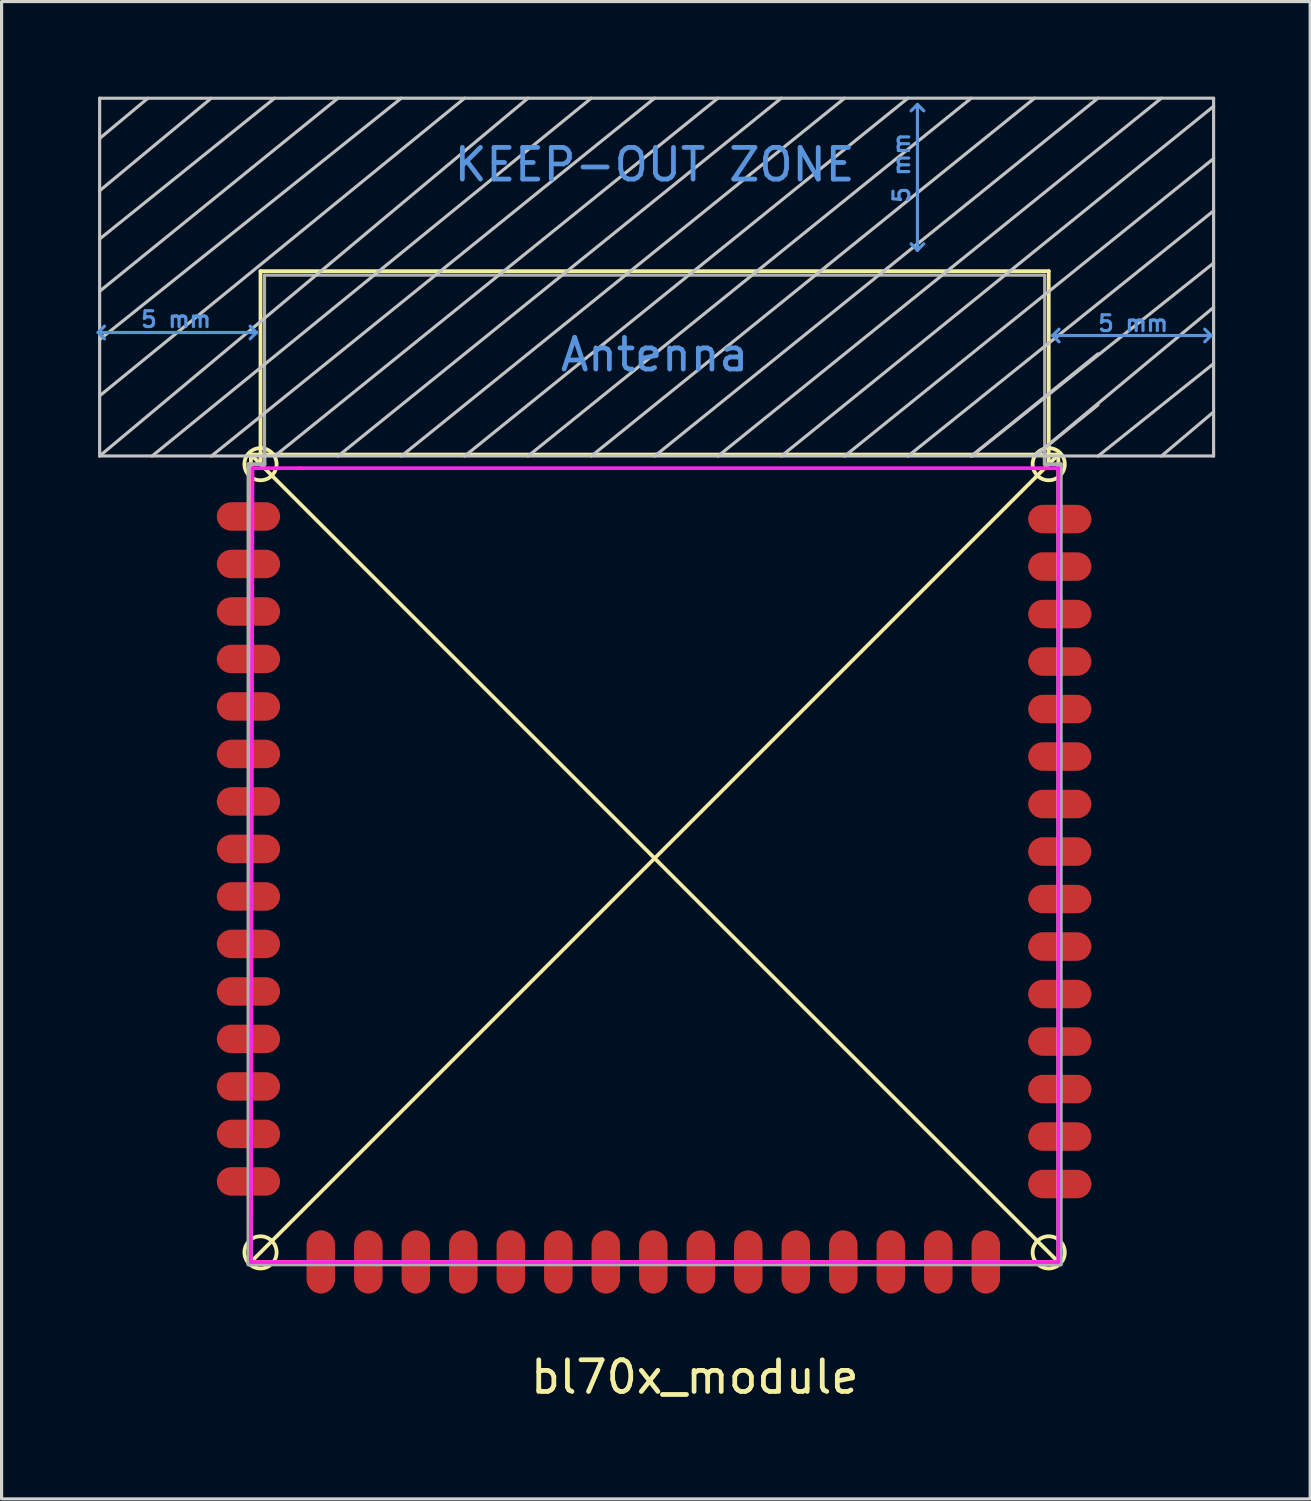
<source format=kicad_pcb>
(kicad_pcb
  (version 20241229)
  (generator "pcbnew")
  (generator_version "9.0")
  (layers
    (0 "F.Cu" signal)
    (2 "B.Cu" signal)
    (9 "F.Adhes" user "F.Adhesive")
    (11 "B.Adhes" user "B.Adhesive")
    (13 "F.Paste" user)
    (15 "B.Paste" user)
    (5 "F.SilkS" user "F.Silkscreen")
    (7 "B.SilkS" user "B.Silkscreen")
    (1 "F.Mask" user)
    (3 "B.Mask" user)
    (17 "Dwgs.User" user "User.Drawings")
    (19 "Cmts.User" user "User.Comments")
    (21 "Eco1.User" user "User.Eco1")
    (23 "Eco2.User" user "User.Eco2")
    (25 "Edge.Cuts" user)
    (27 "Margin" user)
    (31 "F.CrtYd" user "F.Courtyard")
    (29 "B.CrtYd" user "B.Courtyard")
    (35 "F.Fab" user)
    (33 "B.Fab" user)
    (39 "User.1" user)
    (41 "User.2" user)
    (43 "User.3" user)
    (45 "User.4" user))
  (footprint "bl70x_module"
    (layer "F.Cu")
    (at 17.623 24.055)
    (property "Reference" "bl70x_module" (at 1.27 16.383 0) (layer "F.SilkS") (effects (font (size 1 1) (thickness 0.15))))
    (attr through_hole)
    (fp_line (start -12.75 -12.75) (end 12.75 12.75) (stroke (width 0.12) (type solid)) (layer "F.SilkS"))
    (fp_line (start -12.75 0) (end -12.75 -12.75) (stroke (width 0.12) (type solid)) (layer "F.SilkS"))
    (fp_line (start -12.75 0) (end -12.75 12.75) (stroke (width 0.12) (type solid)) (layer "F.SilkS"))
    (fp_line (start -12.75 12.75) (end 12.75 12.75) (stroke (width 0.12) (type solid)) (layer "F.SilkS"))
    (fp_line (start -12.446 -18.542) (end 12.446 -18.542) (stroke (width 0.12) (type solid)) (layer "F.SilkS"))
    (fp_line (start -12.446 -12.446) (end -12.446 -18.542) (stroke (width 0.12) (type solid)) (layer "F.SilkS"))
    (fp_line (start 0 -12.75) (end -12.75 -12.75) (stroke (width 0.12) (type solid)) (layer "F.SilkS"))
    (fp_line (start 0 -12.75) (end 12.75 -12.75) (stroke (width 0.12) (type solid)) (layer "F.SilkS"))
    (fp_line (start 12.446 -12.446) (end 12.446 -18.542) (stroke (width 0.12) (type solid)) (layer "F.SilkS"))
    (fp_line (start 12.75 -12.75) (end -12.75 12.75) (stroke (width 0.12) (type solid)) (layer "F.SilkS"))
    (fp_line (start 12.75 0) (end 12.75 -12.75) (stroke (width 0.12) (type solid)) (layer "F.SilkS"))
    (fp_line (start 12.75 0) (end 12.75 12.75) (stroke (width 0.12) (type solid)) (layer "F.SilkS"))
    (fp_circle (center -12.446 -12.446) (end -11.938 -12.446) (stroke (width 0.12) (type solid)) (fill no) (layer "F.SilkS"))
    (fp_circle (center -12.446 12.446) (end -11.938 12.446) (stroke (width 0.12) (type solid)) (fill no) (layer "F.SilkS"))
    (fp_circle (center 12.446 -12.446) (end 12.954 -12.446) (stroke (width 0.12) (type solid)) (fill no) (layer "F.SilkS"))
    (fp_circle (center 12.446 12.446) (end 12.954 12.446) (stroke (width 0.12) (type solid)) (fill no) (layer "F.SilkS"))
    (fp_line (start -17.526 -12.705) (end -17.526 -24.005) (stroke (width 0.1) (type solid)) (layer "Dwgs.User"))
    (fp_line (start -16.002 -24.003) (end -17.526 -22.733) (stroke (width 0.1) (type solid)) (layer "Dwgs.User"))
    (fp_line (start -14.002 -24.003) (end -17.526 -21.082) (stroke (width 0.1) (type solid)) (layer "Dwgs.User"))
    (fp_line (start -12.002 -24.003) (end -17.526 -19.558) (stroke (width 0.1) (type solid)) (layer "Dwgs.User"))
    (fp_line (start -10 -24.005) (end -17.526 -17.907) (stroke (width 0.1) (type solid)) (layer "Dwgs.User"))
    (fp_line (start -8 -24.005) (end -17.526 -16.383) (stroke (width 0.1) (type solid)) (layer "Dwgs.User"))
    (fp_line (start -8 -12.7) (end 6 -24.005) (stroke (width 0.1) (type solid)) (layer "Dwgs.User"))
    (fp_line (start -6 -24.005) (end -17.526 -14.605) (stroke (width 0.1) (type solid)) (layer "Dwgs.User"))
    (fp_line (start -4 -24.005) (end -17.526 -12.705) (stroke (width 0.1) (type solid)) (layer "Dwgs.User"))
    (fp_line (start -2 -24.005) (end -15.875 -12.7) (stroke (width 0.1) (type solid)) (layer "Dwgs.User"))
    (fp_line (start 0 -24.005) (end -14 -12.7) (stroke (width 0.1) (type solid)) (layer "Dwgs.User"))
    (fp_line (start 2 -24.005) (end -12 -12.7) (stroke (width 0.1) (type solid)) (layer "Dwgs.User"))
    (fp_line (start 4 -24.005) (end -10 -12.7) (stroke (width 0.1) (type solid)) (layer "Dwgs.User"))
    (fp_line (start 8 -24.005) (end -6 -12.7) (stroke (width 0.1) (type solid)) (layer "Dwgs.User"))
    (fp_line (start 10 -24.005) (end -4 -12.7) (stroke (width 0.1) (type solid)) (layer "Dwgs.User"))
    (fp_line (start 12 -24.005) (end -2 -12.7) (stroke (width 0.1) (type solid)) (layer "Dwgs.User"))
    (fp_line (start 14 -24.005) (end 0 -12.7) (stroke (width 0.1) (type solid)) (layer "Dwgs.User"))
    (fp_line (start 14 -15.93) (end 10 -12.7) (stroke (width 0.1) (type solid)) (layer "Dwgs.User"))
    (fp_line (start 14 -14.315) (end 12 -12.7) (stroke (width 0.1) (type solid)) (layer "Dwgs.User"))
    (fp_line (start 16.002 -24.003) (end 2 -12.7) (stroke (width 0.1) (type solid)) (layer "Dwgs.User"))
    (fp_line (start 17.653 -24.005) (end -17.526 -24.003) (stroke (width 0.1) (type solid)) (layer "Dwgs.User"))
    (fp_line (start 17.653 -23.749) (end 4 -12.7) (stroke (width 0.1) (type solid)) (layer "Dwgs.User"))
    (fp_line (start 17.653 -22.098) (end 6 -12.7) (stroke (width 0.1) (type solid)) (layer "Dwgs.User"))
    (fp_line (start 17.653 -20.447) (end 8 -12.7) (stroke (width 0.1) (type solid)) (layer "Dwgs.User"))
    (fp_line (start 17.653 -18.796) (end 10.002 -12.7) (stroke (width 0.1) (type solid)) (layer "Dwgs.User"))
    (fp_line (start 17.653 -17.399) (end 12.002 -12.7) (stroke (width 0.1) (type solid)) (layer "Dwgs.User"))
    (fp_line (start 17.653 -15.621) (end 14.002 -12.7) (stroke (width 0.1) (type solid)) (layer "Dwgs.User"))
    (fp_line (start 17.653 -14.097) (end 16.002 -12.7) (stroke (width 0.1) (type solid)) (layer "Dwgs.User"))
    (fp_line (start 17.653 -12.705) (end -17.526 -12.705) (stroke (width 0.1) (type solid)) (layer "Dwgs.User"))
    (fp_line (start 17.653 -12.7) (end 17.653 -24) (stroke (width 0.1) (type solid)) (layer "Dwgs.User"))
    (fp_line (start -17.573 -16.605) (end -17.373 -16.805) (stroke (width 0.1) (type solid)) (layer "Cmts.User"))
    (fp_line (start -17.573 -16.605) (end -17.373 -16.405) (stroke (width 0.1) (type solid)) (layer "Cmts.User"))
    (fp_line (start -17.573 -16.605) (end -12.573 -16.605) (stroke (width 0.1) (type solid)) (layer "Cmts.User"))
    (fp_line (start -12.573 -16.605) (end -12.773 -16.805) (stroke (width 0.1) (type solid)) (layer "Cmts.User"))
    (fp_line (start -12.573 -16.605) (end -12.773 -16.405) (stroke (width 0.1) (type solid)) (layer "Cmts.User"))
    (fp_line (start 8.3 -23.805) (end 8.1 -23.605) (stroke (width 0.1) (type solid)) (layer "Cmts.User"))
    (fp_line (start 8.3 -23.805) (end 8.5 -23.605) (stroke (width 0.1) (type solid)) (layer "Cmts.User"))
    (fp_line (start 8.3 -19.205) (end 8.1 -19.405) (stroke (width 0.1) (type solid)) (layer "Cmts.User"))
    (fp_line (start 8.3 -19.205) (end 8.3 -23.805) (stroke (width 0.1) (type solid)) (layer "Cmts.User"))
    (fp_line (start 8.3 -19.205) (end 8.5 -19.405) (stroke (width 0.1) (type solid)) (layer "Cmts.User"))
    (fp_line (start 12.573 -16.51) (end 12.773 -16.71) (stroke (width 0.1) (type solid)) (layer "Cmts.User"))
    (fp_line (start 12.573 -16.51) (end 12.773 -16.31) (stroke (width 0.1) (type solid)) (layer "Cmts.User"))
    (fp_line (start 12.573 -16.51) (end 17.573 -16.51) (stroke (width 0.1) (type solid)) (layer "Cmts.User"))
    (fp_line (start 17.573 -16.51) (end 17.373 -16.71) (stroke (width 0.1) (type solid)) (layer "Cmts.User"))
    (fp_line (start 17.573 -16.51) (end 17.373 -16.31) (stroke (width 0.1) (type solid)) (layer "Cmts.User"))
    (fp_line (start -12.75 12.75) (end -12.7 -12.319) (stroke (width 0.12) (type solid)) (layer "F.CrtYd"))
    (fp_line (start -12.75 12.75) (end 11.25 12.75) (stroke (width 0.12) (type solid)) (layer "F.CrtYd"))
    (fp_line (start -12.7 -12.319) (end -11.2 -12.319) (stroke (width 0.12) (type solid)) (layer "F.CrtYd"))
    (fp_line (start 12.75 -12.319) (end -11.2 -12.319) (stroke (width 0.12) (type solid)) (layer "F.CrtYd"))
    (fp_line (start 12.75 12.75) (end 11.25 12.75) (stroke (width 0.12) (type solid)) (layer "F.CrtYd"))
    (fp_line (start 12.75 12.75) (end 12.75 -12.319) (stroke (width 0.12) (type solid)) (layer "F.CrtYd"))
    (fp_line (start -12.827 -12.446) (end -12.319 -12.446) (stroke (width 0.12) (type solid)) (layer "F.Fab"))
    (fp_line (start -12.827 -12.319) (end -12.827 -12.446) (stroke (width 0.12) (type solid)) (layer "F.Fab"))
    (fp_line (start -12.827 12.827) (end -12.827 -12.319) (stroke (width 0.12) (type solid)) (layer "F.Fab"))
    (fp_line (start -12.319 -18.415) (end 12.319 -18.415) (stroke (width 0.1) (type solid)) (layer "F.Fab"))
    (fp_line (start -12.319 -12.827) (end -12.319 -18.415) (stroke (width 0.1) (type solid)) (layer "F.Fab"))
    (fp_line (start -12.319 -12.446) (end -12.319 -12.827) (stroke (width 0.12) (type solid)) (layer "F.Fab"))
    (fp_line (start 12.319 -12.827) (end 12.319 -18.415) (stroke (width 0.1) (type solid)) (layer "F.Fab"))
    (fp_line (start 12.319 -12.827) (end 12.319 -12.446) (stroke (width 0.12) (type solid)) (layer "F.Fab"))
    (fp_line (start 12.319 -12.446) (end 12.827 -12.446) (stroke (width 0.12) (type solid)) (layer "F.Fab"))
    (fp_line (start 12.827 -12.446) (end 12.827 12.827) (stroke (width 0.12) (type solid)) (layer "F.Fab"))
    (fp_line (start 12.827 12.827) (end -12.827 12.827) (stroke (width 0.12) (type solid)) (layer "F.Fab"))
    (fp_text user "5 mm" (at -15.113 -17.018 0) (layer "Cmts.User") (effects (font (size 0.5 0.5) (thickness 0.1))))
    (fp_text user "KEEP-OUT ZONE" (at 0 -21.905 0) (layer "Cmts.User") (effects (font (size 1 1) (thickness 0.15))))
    (fp_text user "5 mm" (at 7.8 -21.805 90) (layer "Cmts.User") (effects (font (size 0.5 0.5) (thickness 0.1))))
    (fp_text user "Antenna" (at 0 -15.905 0) (layer "Cmts.User") (effects (font (size 1 1) (thickness 0.15))))
    (fp_text user "5 mm" (at 15.113 -16.891 0) (layer "Cmts.User") (effects (font (size 0.5 0.5) (thickness 0.1))))
    (pad "1" smd roundrect (at -12.827 -10.795) (size 2 0.9) (layers "F.Cu" "F.Mask" "F.Paste") (roundrect_rratio 0.5))
    (pad "2" smd roundrect (at -12.827 -9.295) (size 2 0.9) (layers "F.Cu" "F.Mask" "F.Paste") (roundrect_rratio 0.5))
    (pad "3" smd roundrect (at -12.827 -7.795) (size 2 0.9) (layers "F.Cu" "F.Mask" "F.Paste") (roundrect_rratio 0.5))
    (pad "4" smd roundrect (at -12.827 -6.295) (size 2 0.9) (layers "F.Cu" "F.Mask" "F.Paste") (roundrect_rratio 0.5))
    (pad "5" smd roundrect (at -12.827 -4.795) (size 2 0.9) (layers "F.Cu" "F.Mask" "F.Paste") (roundrect_rratio 0.5))
    (pad "6" smd roundrect (at -12.827 -3.295) (size 2 0.9) (layers "F.Cu" "F.Mask" "F.Paste") (roundrect_rratio 0.5))
    (pad "7" smd roundrect (at -12.827 -1.795) (size 2 0.9) (layers "F.Cu" "F.Mask" "F.Paste") (roundrect_rratio 0.5))
    (pad "8" smd roundrect (at -12.827 -0.295) (size 2 0.9) (layers "F.Cu" "F.Mask" "F.Paste") (roundrect_rratio 0.5))
    (pad "9" smd roundrect (at -12.827 1.205) (size 2 0.9) (layers "F.Cu" "F.Mask" "F.Paste") (roundrect_rratio 0.5))
    (pad "10" smd roundrect (at -12.827 2.705) (size 2 0.9) (layers "F.Cu" "F.Mask" "F.Paste") (roundrect_rratio 0.5))
    (pad "11" smd roundrect (at -12.827 4.205) (size 2 0.9) (layers "F.Cu" "F.Mask" "F.Paste") (roundrect_rratio 0.5))
    (pad "12" smd roundrect (at -12.827 5.705) (size 2 0.9) (layers "F.Cu" "F.Mask" "F.Paste") (roundrect_rratio 0.5))
    (pad "13" smd roundrect (at -12.827 7.205) (size 2 0.9) (layers "F.Cu" "F.Mask" "F.Paste") (roundrect_rratio 0.5))
    (pad "14" smd roundrect (at -12.827 8.705) (size 2 0.9) (layers "F.Cu" "F.Mask" "F.Paste") (roundrect_rratio 0.5))
    (pad "15" smd roundrect (at -12.827 10.205) (size 2 0.9) (layers "F.Cu" "F.Mask" "F.Paste") (roundrect_rratio 0.5))
    (pad "16" smd roundrect (at -10.541 12.748 90) (size 2 0.9) (layers "F.Cu" "F.Mask" "F.Paste") (roundrect_rratio 0.5))
    (pad "17" smd roundrect (at -9.041 12.748 90) (size 2 0.9) (layers "F.Cu" "F.Mask" "F.Paste") (roundrect_rratio 0.5))
    (pad "18" smd roundrect (at -7.541 12.748 90) (size 2 0.9) (layers "F.Cu" "F.Mask" "F.Paste") (roundrect_rratio 0.5))
    (pad "19" smd roundrect (at -6.041 12.748 90) (size 2 0.9) (layers "F.Cu" "F.Mask" "F.Paste") (roundrect_rratio 0.5))
    (pad "20" smd roundrect (at -4.541 12.748 90) (size 2 0.9) (layers "F.Cu" "F.Mask" "F.Paste") (roundrect_rratio 0.5))
    (pad "21" smd roundrect (at -3.041 12.748 90) (size 2 0.9) (layers "F.Cu" "F.Mask" "F.Paste") (roundrect_rratio 0.5))
    (pad "22" smd roundrect (at -1.541 12.748 90) (size 2 0.9) (layers "F.Cu" "F.Mask" "F.Paste") (roundrect_rratio 0.5))
    (pad "23" smd roundrect (at -0.041 12.748 90) (size 2 0.9) (layers "F.Cu" "F.Mask" "F.Paste") (roundrect_rratio 0.5))
    (pad "24" smd roundrect (at 1.459 12.748 90) (size 2 0.9) (layers "F.Cu" "F.Mask" "F.Paste") (roundrect_rratio 0.5))
    (pad "25" smd roundrect (at 2.959 12.748 90) (size 2 0.9) (layers "F.Cu" "F.Mask" "F.Paste") (roundrect_rratio 0.5))
    (pad "26" smd roundrect (at 4.459 12.748 90) (size 2 0.9) (layers "F.Cu" "F.Mask" "F.Paste") (roundrect_rratio 0.5))
    (pad "27" smd roundrect (at 5.959 12.748 90) (size 2 0.9) (layers "F.Cu" "F.Mask" "F.Paste") (roundrect_rratio 0.5))
    (pad "28" smd roundrect (at 7.459 12.748 90) (size 2 0.9) (layers "F.Cu" "F.Mask" "F.Paste") (roundrect_rratio 0.5))
    (pad "29" smd roundrect (at 8.959 12.748 90) (size 2 0.9) (layers "F.Cu" "F.Mask" "F.Paste") (roundrect_rratio 0.5))
    (pad "30" smd roundrect (at 10.459 12.748 90) (size 2 0.9) (layers "F.Cu" "F.Mask" "F.Paste") (roundrect_rratio 0.5))
    (pad "31" smd roundrect (at 12.796 10.287 180) (size 2 0.9) (layers "F.Cu" "F.Mask" "F.Paste") (roundrect_rratio 0.5))
    (pad "32" smd roundrect (at 12.796 8.787 180) (size 2 0.9) (layers "F.Cu" "F.Mask" "F.Paste") (roundrect_rratio 0.5))
    (pad "33" smd roundrect (at 12.796 7.287 180) (size 2 0.9) (layers "F.Cu" "F.Mask" "F.Paste") (roundrect_rratio 0.5))
    (pad "34" smd roundrect (at 12.796 5.787 180) (size 2 0.9) (layers "F.Cu" "F.Mask" "F.Paste") (roundrect_rratio 0.5))
    (pad "35" smd roundrect (at 12.796 4.287 180) (size 2 0.9) (layers "F.Cu" "F.Mask" "F.Paste") (roundrect_rratio 0.5))
    (pad "36" smd roundrect (at 12.796 2.787 180) (size 2 0.9) (layers "F.Cu" "F.Mask" "F.Paste") (roundrect_rratio 0.5))
    (pad "37" smd roundrect (at 12.796 1.287 180) (size 2 0.9) (layers "F.Cu" "F.Mask" "F.Paste") (roundrect_rratio 0.5))
    (pad "38" smd roundrect (at 12.796 -0.213 180) (size 2 0.9) (layers "F.Cu" "F.Mask" "F.Paste") (roundrect_rratio 0.5))
    (pad "39" smd roundrect (at 12.796 -1.713 180) (size 2 0.9) (layers "F.Cu" "F.Mask" "F.Paste") (roundrect_rratio 0.5))
    (pad "40" smd roundrect (at 12.796 -3.213 180) (size 2 0.9) (layers "F.Cu" "F.Mask" "F.Paste") (roundrect_rratio 0.5))
    (pad "41" smd roundrect (at 12.796 -4.713 180) (size 2 0.9) (layers "F.Cu" "F.Mask" "F.Paste") (roundrect_rratio 0.5))
    (pad "42" smd roundrect (at 12.796 -6.213 180) (size 2 0.9) (layers "F.Cu" "F.Mask" "F.Paste") (roundrect_rratio 0.5))
    (pad "43" smd roundrect (at 12.796 -7.713 180) (size 2 0.9) (layers "F.Cu" "F.Mask" "F.Paste") (roundrect_rratio 0.5))
    (pad "44" smd roundrect (at 12.796 -9.213 180) (size 2 0.9) (layers "F.Cu" "F.Mask" "F.Paste") (roundrect_rratio 0.5))
    (pad "45" smd roundrect (at 12.796 -10.713 180) (size 2 0.9) (layers "F.Cu" "F.Mask" "F.Paste") (roundrect_rratio 0.5)))
  (gr_rect
    (start -3 -3)
    (end 38.326 44.286)
    (stroke (width 0.1) (type default))
    (fill no)
    (layer "Edge.Cuts")))
</source>
